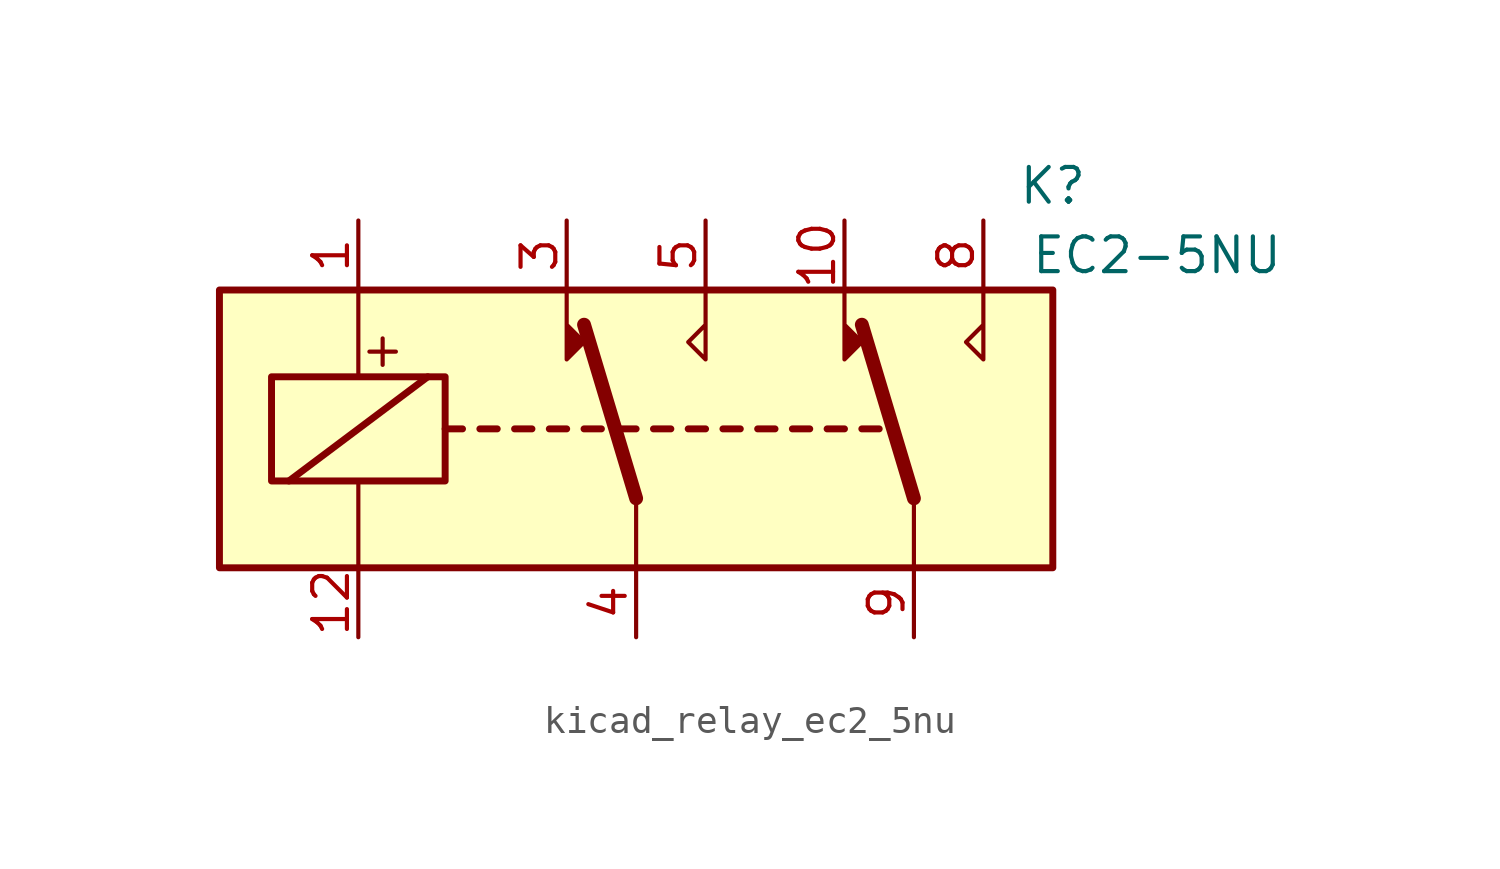
<source format=kicad_sym>
(kicad_symbol_lib
  (version 20220914)
  (generator kicad_symbol_editor)
  (symbol "kicad_relay_ec2_5nu"
    (property "Reference" "K"
      (at 15.24 8.89 0)
      (effects (font (size 1.27 1.27))))
    (property "Value" "EC2-5NU"
      (at 19.05 6.35 0)
      (effects (font (size 1.27 1.27))))
    (symbol "kicad_relay_ec2_5nu_1_1"
      (rectangle (start -15.24 5.08) (end 15.24 -5.08) (stroke (width 0.254) (type default)) (fill (type background)))
      (rectangle (start -13.335 1.905) (end -6.985 -1.905) (stroke (width 0.254) (type default)) (fill (type none)))
      (polyline (pts (xy -12.7 -1.905) (xy -7.62 1.905)) (stroke (width 0.254) (type default)) (fill (type none)))
      (polyline (pts (xy -10.16 -5.08) (xy -10.16 -1.905)) (stroke (width 0) (type default)) (fill (type none)))
      (polyline (pts (xy -10.16 5.08) (xy -10.16 1.905)) (stroke (width 0) (type default)) (fill (type none)))
      (polyline (pts (xy -6.985 0) (xy -6.35 0)) (stroke (width 0.254) (type default)) (fill (type none)))
      (polyline (pts (xy -5.715 0) (xy -5.08 0)) (stroke (width 0.254) (type default)) (fill (type none)))
      (polyline (pts (xy -4.445 0) (xy -3.81 0)) (stroke (width 0.254) (type default)) (fill (type none)))
      (polyline (pts (xy -3.175 0) (xy -2.54 0)) (stroke (width 0.254) (type default)) (fill (type none)))
      (polyline (pts (xy -1.905 0) (xy -1.27 0)) (stroke (width 0.254) (type default)) (fill (type none)))
      (polyline (pts (xy -0.635 0) (xy 0 0)) (stroke (width 0.254) (type default)) (fill (type none)))
      (polyline (pts (xy 0 -2.54) (xy -1.905 3.81)) (stroke (width 0.508) (type default)) (fill (type none)))
      (polyline (pts (xy 0 -2.54) (xy 0 -5.08)) (stroke (width 0) (type default)) (fill (type none)))
      (polyline (pts (xy 0.635 0) (xy 1.27 0)) (stroke (width 0.254) (type default)) (fill (type none)))
      (polyline (pts (xy 1.905 0) (xy 2.54 0)) (stroke (width 0.254) (type default)) (fill (type none)))
      (polyline (pts (xy 3.175 0) (xy 3.81 0)) (stroke (width 0.254) (type default)) (fill (type none)))
      (polyline (pts (xy 4.445 0) (xy 5.08 0)) (stroke (width 0.254) (type default)) (fill (type none)))
      (polyline (pts (xy 5.715 0) (xy 6.35 0)) (stroke (width 0.254) (type default)) (fill (type none)))
      (polyline (pts (xy 6.985 0) (xy 7.62 0)) (stroke (width 0.254) (type default)) (fill (type none)))
      (polyline (pts (xy 8.255 0) (xy 8.89 0)) (stroke (width 0.254) (type default)) (fill (type none)))
      (polyline (pts (xy 10.16 -2.54) (xy 8.255 3.81)) (stroke (width 0.508) (type default)) (fill (type none)))
      (polyline (pts (xy 10.16 -2.54) (xy 10.16 -5.08)) (stroke (width 0) (type default)) (fill (type none)))
      (polyline (pts (xy -2.54 5.08) (xy -2.54 2.54) (xy -1.905 3.175) (xy -2.54 3.81)) (stroke (width 0) (type default)) (fill (type outline)))
      (polyline (pts (xy 2.54 5.08) (xy 2.54 2.54) (xy 1.905 3.175) (xy 2.54 3.81)) (stroke (width 0) (type default)) (fill (type none)))
      (polyline (pts (xy 7.62 5.08) (xy 7.62 2.54) (xy 8.255 3.175) (xy 7.62 3.81)) (stroke (width 0) (type default)) (fill (type outline)))
      (polyline (pts (xy 12.7 5.08) (xy 12.7 2.54) (xy 12.065 3.175) (xy 12.7 3.81)) (stroke (width 0) (type default)) (fill (type none)))
      (text "+" (at -9.271 2.921 0) (effects (font (size 1.27 1.27))))
      (pin passive line (at -10.16 7.62 270) (length 2.54) (name "~" (effects (font (size 1.27 1.27)))) (number "1" (effects (font (size 1.27 1.27)))))
      (pin passive line (at 7.62 7.62 270) (length 2.54) (name "~" (effects (font (size 1.27 1.27)))) (number "10" (effects (font (size 1.27 1.27)))))
      (pin passive line (at -10.16 -7.62 90) (length 2.54) (name "~" (effects (font (size 1.27 1.27)))) (number "12" (effects (font (size 1.27 1.27)))))
      (pin passive line (at -2.54 7.62 270) (length 2.54) (name "~" (effects (font (size 1.27 1.27)))) (number "3" (effects (font (size 1.27 1.27)))))
      (pin passive line (at 0 -7.62 90) (length 2.54) (name "~" (effects (font (size 1.27 1.27)))) (number "4" (effects (font (size 1.27 1.27)))))
      (pin passive line (at 2.54 7.62 270) (length 2.54) (name "~" (effects (font (size 1.27 1.27)))) (number "5" (effects (font (size 1.27 1.27)))))
      (pin passive line (at 12.7 7.62 270) (length 2.54) (name "~" (effects (font (size 1.27 1.27)))) (number "8" (effects (font (size 1.27 1.27)))))
      (pin passive line (at 10.16 -7.62 90) (length 2.54) (name "~" (effects (font (size 1.27 1.27)))) (number "9" (effects (font (size 1.27 1.27))))))))
</source>
